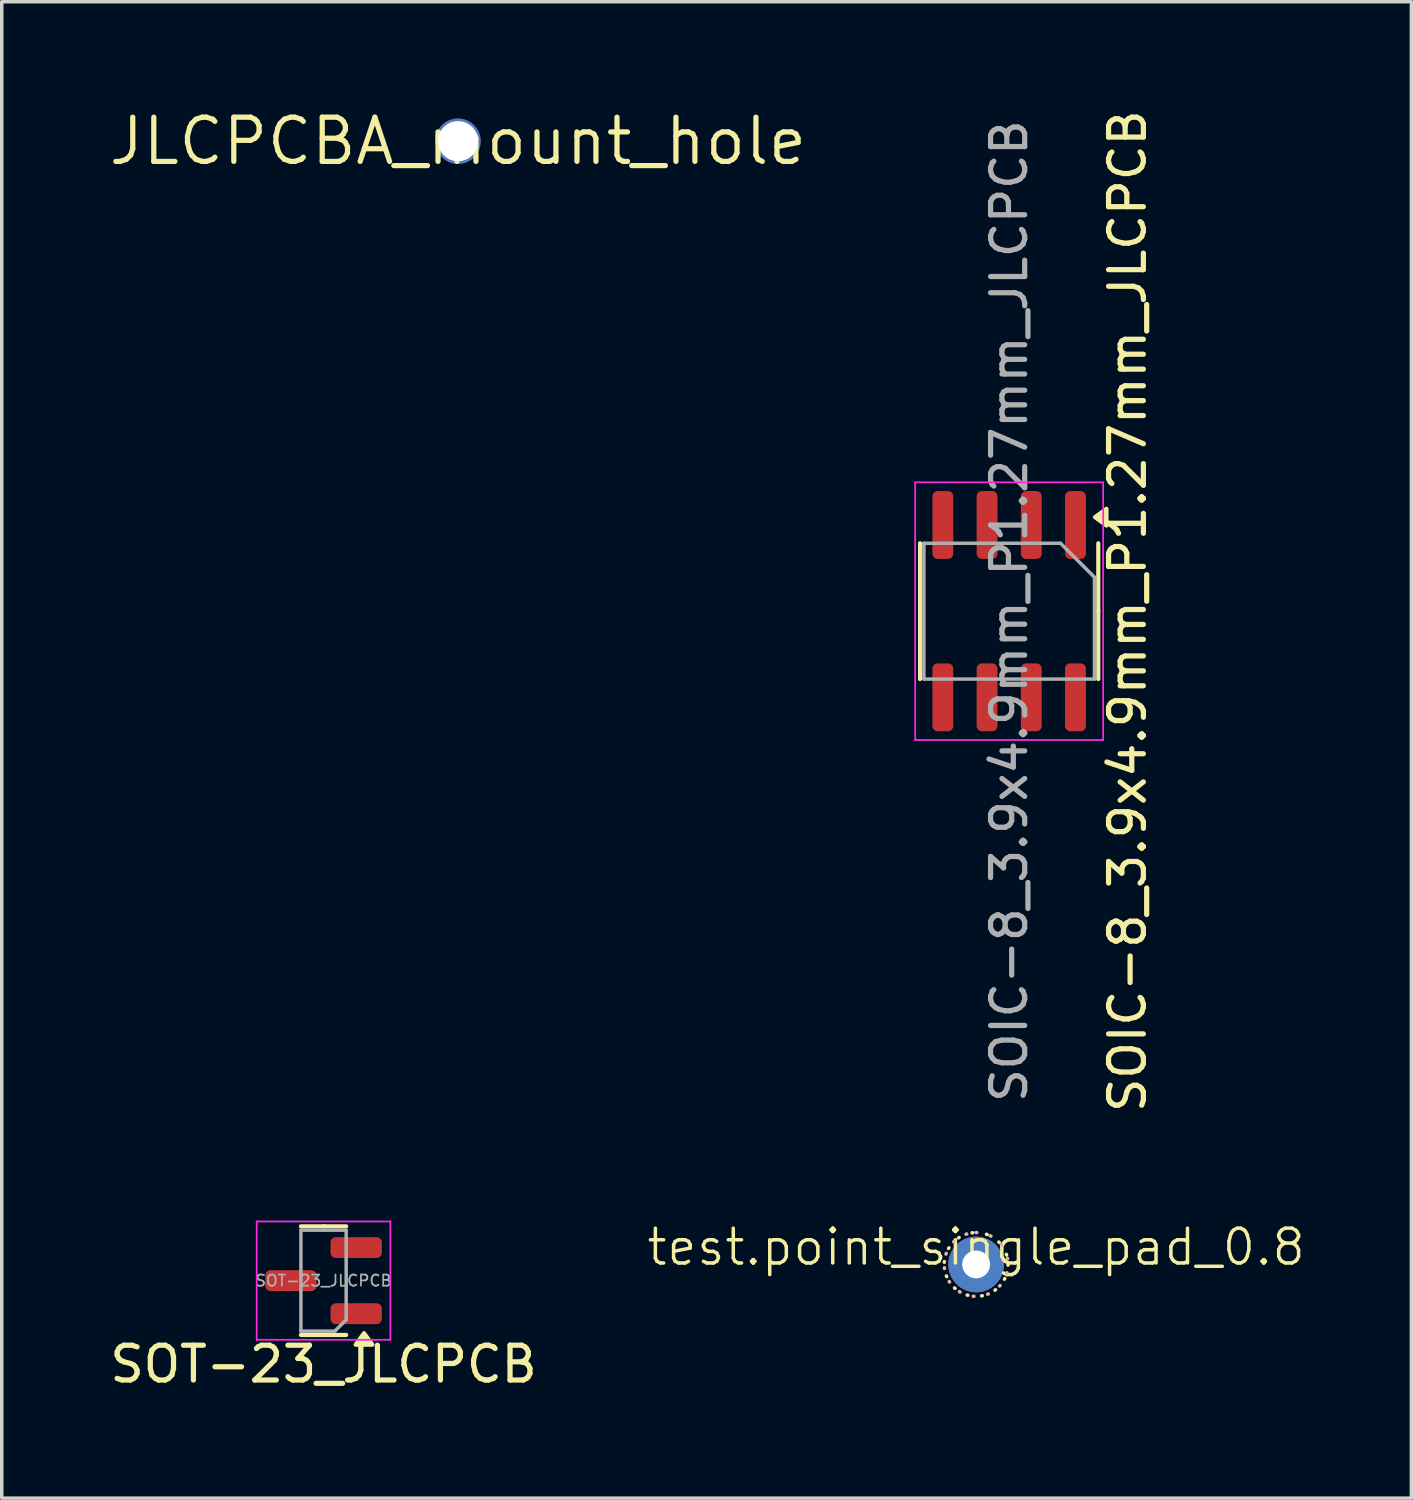
<source format=kicad_pcb>
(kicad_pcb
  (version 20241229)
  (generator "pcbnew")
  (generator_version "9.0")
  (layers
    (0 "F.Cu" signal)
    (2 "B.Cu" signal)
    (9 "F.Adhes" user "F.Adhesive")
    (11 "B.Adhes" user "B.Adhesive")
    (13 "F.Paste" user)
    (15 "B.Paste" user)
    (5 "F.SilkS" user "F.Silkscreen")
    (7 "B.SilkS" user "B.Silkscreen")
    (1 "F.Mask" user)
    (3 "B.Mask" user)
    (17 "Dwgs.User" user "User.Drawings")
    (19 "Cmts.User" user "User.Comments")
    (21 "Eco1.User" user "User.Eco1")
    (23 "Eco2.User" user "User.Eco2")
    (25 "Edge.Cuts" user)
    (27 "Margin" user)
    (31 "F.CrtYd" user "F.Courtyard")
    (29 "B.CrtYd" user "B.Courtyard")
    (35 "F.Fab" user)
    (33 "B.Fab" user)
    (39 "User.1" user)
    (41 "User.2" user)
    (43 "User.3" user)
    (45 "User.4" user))
  (footprint "test.point_single_pad_0.8"
    (layer "F.Cu")
    (at 24.99 33.272)
    (property "Reference" "test.point_single_pad_0.8" (at 0 -0.5 0) (unlocked yes) (layer "F.SilkS") (effects (font (size 1 1) (thickness 0.1))))
    (attr through_hole exclude_from_pos_files exclude_from_bom)
    (fp_circle (center 0 0) (end 0.916 0) (stroke (width 0.1) (type dot)) (fill no) (layer "F.SilkS"))
    (fp_circle (center 0 0) (end 0 -0.916) (stroke (width 0.1) (type dot)) (fill no) (layer "B.SilkS"))
    (pad "1" thru_hole circle (at 0 0 180) (size 1.6 1.6) (drill 0.8) (layers "*.Cu" "*.Mask")))
  (footprint "SOIC-8_3.9x4.9mm_P1.27mm_JLCPCB"
    (layer "F.Cu")
    (at 25.939 14.506)
    (property "Reference" "SOIC-8_3.9x4.9mm_P1.27mm_JLCPCB" (at 3.4 0 90) (layer "F.SilkS") (effects (font (size 1 1) (thickness 0.15))))
    (attr smd)
    (fp_line (start -2.56 0) (end -2.56 -1.95) (stroke (width 0.12) (type solid)) (layer "F.SilkS"))
    (fp_line (start -2.56 0) (end -2.56 1.95) (stroke (width 0.12) (type solid)) (layer "F.SilkS"))
    (fp_line (start 2.56 0) (end 2.56 -1.95) (stroke (width 0.12) (type solid)) (layer "F.SilkS"))
    (fp_line (start 2.56 0) (end 2.56 1.95) (stroke (width 0.12) (type solid)) (layer "F.SilkS"))
    (fp_poly (pts (xy 2.465 -2.7) (xy 2.795 -2.94) (xy 2.795 -2.46) (xy 2.465 -2.7)) (stroke (width 0.12) (type solid)) (fill yes) (layer "F.SilkS"))
    (fp_line (start -2.7 -3.7) (end -2.7 3.7) (stroke (width 0.05) (type solid)) (layer "F.CrtYd"))
    (fp_line (start -2.7 3.7) (end 2.7 3.7) (stroke (width 0.05) (type solid)) (layer "F.CrtYd"))
    (fp_line (start 2.7 -3.7) (end -2.7 -3.7) (stroke (width 0.05) (type solid)) (layer "F.CrtYd"))
    (fp_line (start 2.7 3.7) (end 2.7 -3.7) (stroke (width 0.05) (type solid)) (layer "F.CrtYd"))
    (fp_line (start -2.45 -1.95) (end 1.475 -1.95) (stroke (width 0.1) (type solid)) (layer "F.Fab"))
    (fp_line (start -2.45 1.95) (end -2.45 -1.95) (stroke (width 0.1) (type solid)) (layer "F.Fab"))
    (fp_line (start 1.475 -1.95) (end 2.45 -0.975) (stroke (width 0.1) (type solid)) (layer "F.Fab"))
    (fp_line (start 2.45 -0.975) (end 2.45 1.95) (stroke (width 0.1) (type solid)) (layer "F.Fab"))
    (fp_line (start 2.45 1.95) (end -2.45 1.95) (stroke (width 0.1) (type solid)) (layer "F.Fab"))
    (fp_text user "${REFERENCE}" (at 0 0 90) (layer "F.Fab") (effects (font (size 0.98 0.98) (thickness 0.15))))
    (pad "1" smd roundrect (at 1.905 -2.475 270) (size 1.95 0.6) (layers "F.Cu" "F.Mask" "F.Paste") (roundrect_rratio 0.25))
    (pad "2" smd roundrect (at 0.635 -2.475 270) (size 1.95 0.6) (layers "F.Cu" "F.Mask" "F.Paste") (roundrect_rratio 0.25))
    (pad "3" smd roundrect (at -0.635 -2.475 270) (size 1.95 0.6) (layers "F.Cu" "F.Mask" "F.Paste") (roundrect_rratio 0.25))
    (pad "4" smd roundrect (at -1.905 -2.475 270) (size 1.95 0.6) (layers "F.Cu" "F.Mask" "F.Paste") (roundrect_rratio 0.25))
    (pad "5" smd roundrect (at -1.905 2.475 270) (size 1.95 0.6) (layers "F.Cu" "F.Mask" "F.Paste") (roundrect_rratio 0.25))
    (pad "6" smd roundrect (at -0.635 2.475 270) (size 1.95 0.6) (layers "F.Cu" "F.Mask" "F.Paste") (roundrect_rratio 0.25))
    (pad "7" smd roundrect (at 0.635 2.475 270) (size 1.95 0.6) (layers "F.Cu" "F.Mask" "F.Paste") (roundrect_rratio 0.25))
    (pad "8" smd roundrect (at 1.905 2.475 270) (size 1.95 0.6) (layers "F.Cu" "F.Mask" "F.Paste") (roundrect_rratio 0.25)))
  (footprint "JLCPCBA_mount_hole"
    (layer "F.Cu")
    (at 10.107 1.006)
    (property "Reference" "JLCPCBA_mount_hole" (at 0 0 0) (layer "F.SilkS") (effects (font (size 1.27 1.27) (thickness 0.15))))
    (attr through_hole board_only exclude_from_pos_files exclude_from_bom allow_missing_courtyard)
    (pad "" np_thru_hole circle (at 0 0 270) (size 1.3 1.3) (drill 1.152) (layers "*.Cu" "*.Mask")))
  (footprint "SOT-23_JLCPCB"
    (layer "F.Cu")
    (at 6.244 33.737)
    (property "Reference" "SOT-23_JLCPCB" (at 0 2.4 0) (layer "F.SilkS") (effects (font (size 1 1) (thickness 0.15))))
    (attr smd)
    (fp_line (start -0.65 -1.56) (end 0 -1.56) (stroke (width 0.12) (type solid)) (layer "F.SilkS"))
    (fp_line (start -0.65 1.56) (end 0 1.56) (stroke (width 0.12) (type solid)) (layer "F.SilkS"))
    (fp_line (start 0.65 -1.56) (end 0 -1.56) (stroke (width 0.12) (type solid)) (layer "F.SilkS"))
    (fp_line (start 0.65 1.56) (end 0 1.56) (stroke (width 0.12) (type solid)) (layer "F.SilkS"))
    (fp_poly (pts (xy 1.163 1.51) (xy 1.403 1.84) (xy 0.922 1.84) (xy 1.163 1.51)) (stroke (width 0.12) (type solid)) (fill yes) (layer "F.SilkS"))
    (fp_line (start -1.92 -1.7) (end 1.92 -1.7) (stroke (width 0.05) (type solid)) (layer "F.CrtYd"))
    (fp_line (start -1.92 1.7) (end -1.92 -1.7) (stroke (width 0.05) (type solid)) (layer "F.CrtYd"))
    (fp_line (start 1.92 -1.7) (end 1.92 1.7) (stroke (width 0.05) (type solid)) (layer "F.CrtYd"))
    (fp_line (start 1.92 1.7) (end -1.92 1.7) (stroke (width 0.05) (type solid)) (layer "F.CrtYd"))
    (fp_line (start -0.65 -1.45) (end -0.65 1.45) (stroke (width 0.1) (type solid)) (layer "F.Fab"))
    (fp_line (start -0.65 1.45) (end 0.325 1.45) (stroke (width 0.1) (type solid)) (layer "F.Fab"))
    (fp_line (start 0.325 1.45) (end 0.65 1.125) (stroke (width 0.1) (type solid)) (layer "F.Fab"))
    (fp_line (start 0.65 -1.45) (end -0.65 -1.45) (stroke (width 0.1) (type solid)) (layer "F.Fab"))
    (fp_line (start 0.65 1.125) (end 0.65 -1.45) (stroke (width 0.1) (type solid)) (layer "F.Fab"))
    (fp_text user "${REFERENCE}" (at 0 0 0) (layer "F.Fab") (effects (font (size 0.32 0.32) (thickness 0.05))))
    (pad "1" smd roundrect (at 0.938 0.95 180) (size 1.475 0.6) (layers "F.Cu" "F.Mask" "F.Paste") (roundrect_rratio 0.25))
    (pad "2" smd roundrect (at 0.938 -0.95 180) (size 1.475 0.6) (layers "F.Cu" "F.Mask" "F.Paste") (roundrect_rratio 0.25))
    (pad "3" smd roundrect (at -0.938 0 180) (size 1.475 0.6) (layers "F.Cu" "F.Mask" "F.Paste") (roundrect_rratio 0.25)))
  (gr_rect
    (start -3 -3)
    (end 37.493 39.985)
    (stroke (width 0.1) (type default))
    (fill no)
    (layer "Edge.Cuts")))
</source>
